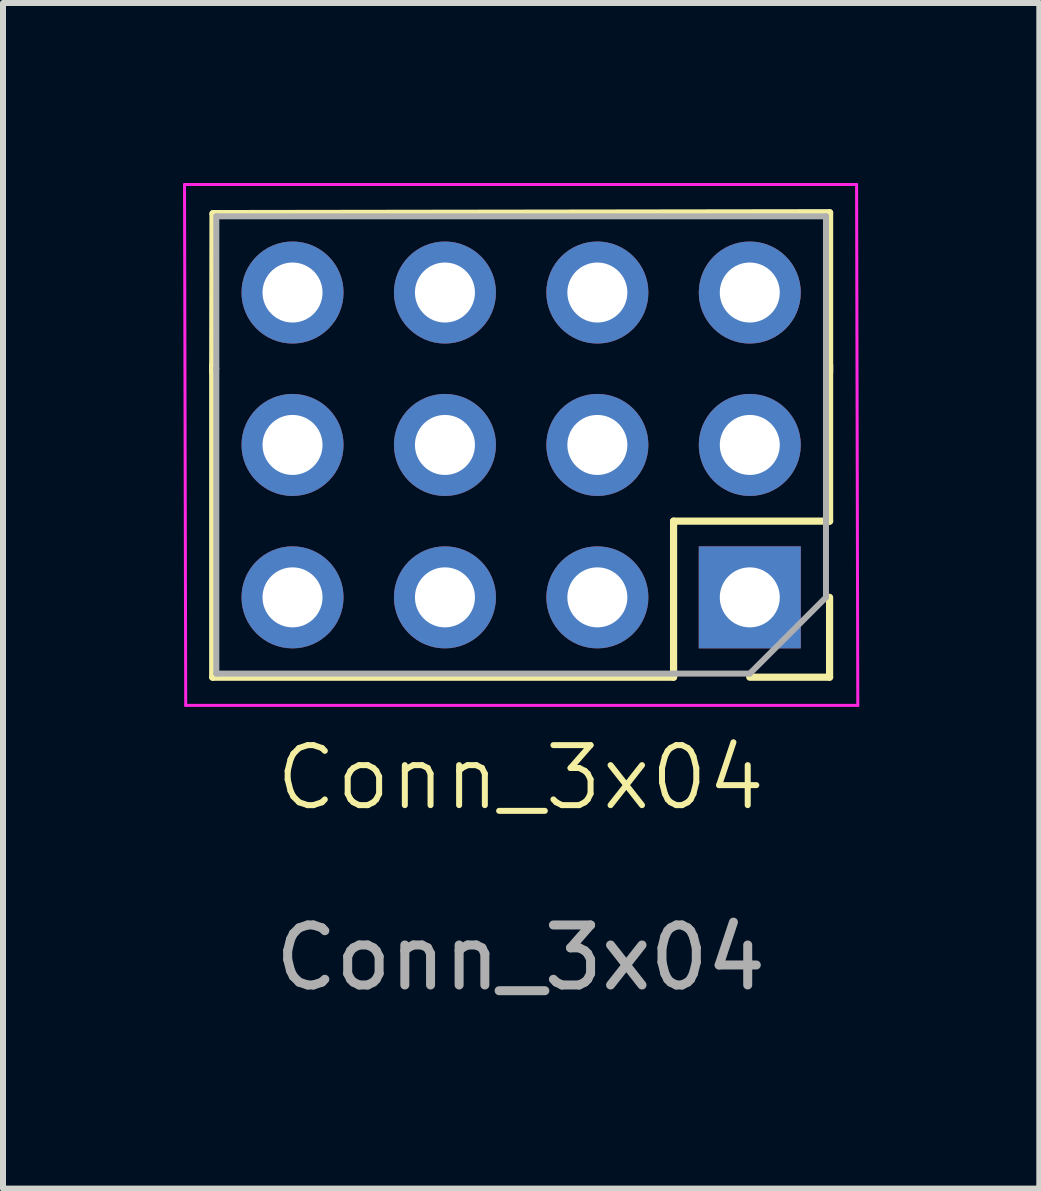
<source format=kicad_pcb>
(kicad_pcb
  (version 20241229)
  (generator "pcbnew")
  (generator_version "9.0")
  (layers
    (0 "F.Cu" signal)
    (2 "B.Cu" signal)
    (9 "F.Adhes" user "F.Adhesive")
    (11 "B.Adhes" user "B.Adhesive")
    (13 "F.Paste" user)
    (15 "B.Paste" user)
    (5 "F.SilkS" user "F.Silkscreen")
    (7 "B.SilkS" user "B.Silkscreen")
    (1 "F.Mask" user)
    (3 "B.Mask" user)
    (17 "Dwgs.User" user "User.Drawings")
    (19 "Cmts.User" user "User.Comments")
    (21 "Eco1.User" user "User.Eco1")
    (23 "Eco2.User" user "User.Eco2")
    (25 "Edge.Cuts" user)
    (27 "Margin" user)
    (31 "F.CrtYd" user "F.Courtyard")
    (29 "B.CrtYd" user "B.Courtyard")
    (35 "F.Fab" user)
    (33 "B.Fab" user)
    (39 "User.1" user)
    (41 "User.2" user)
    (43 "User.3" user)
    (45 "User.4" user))
  (footprint "Conn_3x04"
    (layer "F.Cu")
    (at 5.625 8.71)
    (property "Reference" "Conn_3x04" (at 0 1.2 0) (unlocked yes) (layer "F.SilkS") (effects (font (size 1 1) (thickness 0.1))))
    (attr through_hole)
    (fp_line (start -5.13 -5.555) (end -5.125 -8.2) (stroke (width 0.12) (type solid)) (layer "F.SilkS"))
    (fp_line (start -5.13 -0.475) (end -5.13 -5.675) (stroke (width 0.12) (type solid)) (layer "F.SilkS"))
    (fp_line (start -5.125 -8.2) (end 5.15 -8.215) (stroke (width 0.12) (type solid)) (layer "F.SilkS"))
    (fp_line (start 2.55 -3.075) (end 5.15 -3.075) (stroke (width 0.12) (type solid)) (layer "F.SilkS"))
    (fp_line (start 2.55 -0.475) (end -5.13 -0.475) (stroke (width 0.12) (type solid)) (layer "F.SilkS"))
    (fp_line (start 2.55 -0.475) (end 2.55 -3.075) (stroke (width 0.12) (type solid)) (layer "F.SilkS"))
    (fp_line (start 3.82 -0.475) (end 5.15 -0.475) (stroke (width 0.12) (type solid)) (layer "F.SilkS"))
    (fp_line (start 5.15 -5.555) (end 5.15 -8.215) (stroke (width 0.12) (type solid)) (layer "F.SilkS"))
    (fp_line (start 5.15 -3.075) (end 5.15 -5.675) (stroke (width 0.12) (type solid)) (layer "F.SilkS"))
    (fp_line (start 5.15 -0.475) (end 5.15 -1.805) (stroke (width 0.12) (type solid)) (layer "F.SilkS"))
    (fp_line (start -5.58 -0.005) (end -5.6 -8.685) (stroke (width 0.05) (type solid)) (layer "F.CrtYd"))
    (fp_line (start 5.6 -8.685) (end -5.6 -8.685) (stroke (width 0.05) (type solid)) (layer "F.CrtYd"))
    (fp_line (start 5.6 -8.685) (end 5.62 -0.005) (stroke (width 0.05) (type solid)) (layer "F.CrtYd"))
    (fp_line (start 5.62 -0.005) (end -5.58 -0.005) (stroke (width 0.05) (type solid)) (layer "F.CrtYd"))
    (fp_line (start -5.07 -8.155) (end 5.09 -8.155) (stroke (width 0.1) (type solid)) (layer "F.Fab"))
    (fp_line (start -5.07 -5.615) (end -5.07 -8.155) (stroke (width 0.1) (type solid)) (layer "F.Fab"))
    (fp_line (start -5.07 -5.615) (end -5.07 -0.535) (stroke (width 0.1) (type solid)) (layer "F.Fab"))
    (fp_line (start -5.07 -0.535) (end 3.82 -0.535) (stroke (width 0.1) (type solid)) (layer "F.Fab"))
    (fp_line (start 3.82 -0.535) (end 5.09 -1.805) (stroke (width 0.1) (type solid)) (layer "F.Fab"))
    (fp_line (start 5.09 -8.155) (end 5.09 -5.615) (stroke (width 0.1) (type solid)) (layer "F.Fab"))
    (fp_line (start 5.09 -1.805) (end 5.09 -5.615) (stroke (width 0.1) (type solid)) (layer "F.Fab"))
    (fp_text user "${REFERENCE}" (at 0 4.2 0) (unlocked yes) (layer "F.Fab") (effects (font (size 1 1) (thickness 0.15))))
    (pad "1" thru_hole rect (at 3.82 -1.805 270) (size 1.7 1.7) (drill 1) (layers "*.Cu" "*.Mask"))
    (pad "2" thru_hole oval (at 3.82 -4.345 270) (size 1.7 1.7) (drill 1) (layers "*.Cu" "*.Mask"))
    (pad "3" thru_hole oval (at 1.28 -1.805 270) (size 1.7 1.7) (drill 1) (layers "*.Cu" "*.Mask"))
    (pad "4" thru_hole oval (at 1.28 -4.345 270) (size 1.7 1.7) (drill 1) (layers "*.Cu" "*.Mask"))
    (pad "5" thru_hole oval (at -1.26 -1.805 270) (size 1.7 1.7) (drill 1) (layers "*.Cu" "*.Mask"))
    (pad "6" thru_hole oval (at -1.26 -4.345 270) (size 1.7 1.7) (drill 1) (layers "*.Cu" "*.Mask"))
    (pad "7" thru_hole oval (at -3.8 -1.805 270) (size 1.7 1.7) (drill 1) (layers "*.Cu" "*.Mask"))
    (pad "8" thru_hole oval (at -3.8 -4.345 270) (size 1.7 1.7) (drill 1) (layers "*.Cu" "*.Mask"))
    (pad "9" thru_hole oval (at 3.82 -6.885 90) (size 1.7 1.7) (drill 1) (layers "*.Cu" "*.Mask"))
    (pad "10" thru_hole oval (at 1.28 -6.885 90) (size 1.7 1.7) (drill 1) (layers "*.Cu" "*.Mask"))
    (pad "11" thru_hole oval (at -1.26 -6.885 90) (size 1.7 1.7) (drill 1) (layers "*.Cu" "*.Mask"))
    (pad "12" thru_hole circle (at -3.8 -6.885 90) (size 1.7 1.7) (drill 1) (layers "*.Cu" "*.Mask")))
  (gr_rect
    (start -3 -3)
    (end 14.27 16.758)
    (stroke (width 0.1) (type default))
    (fill no)
    (layer "Edge.Cuts")))
</source>
